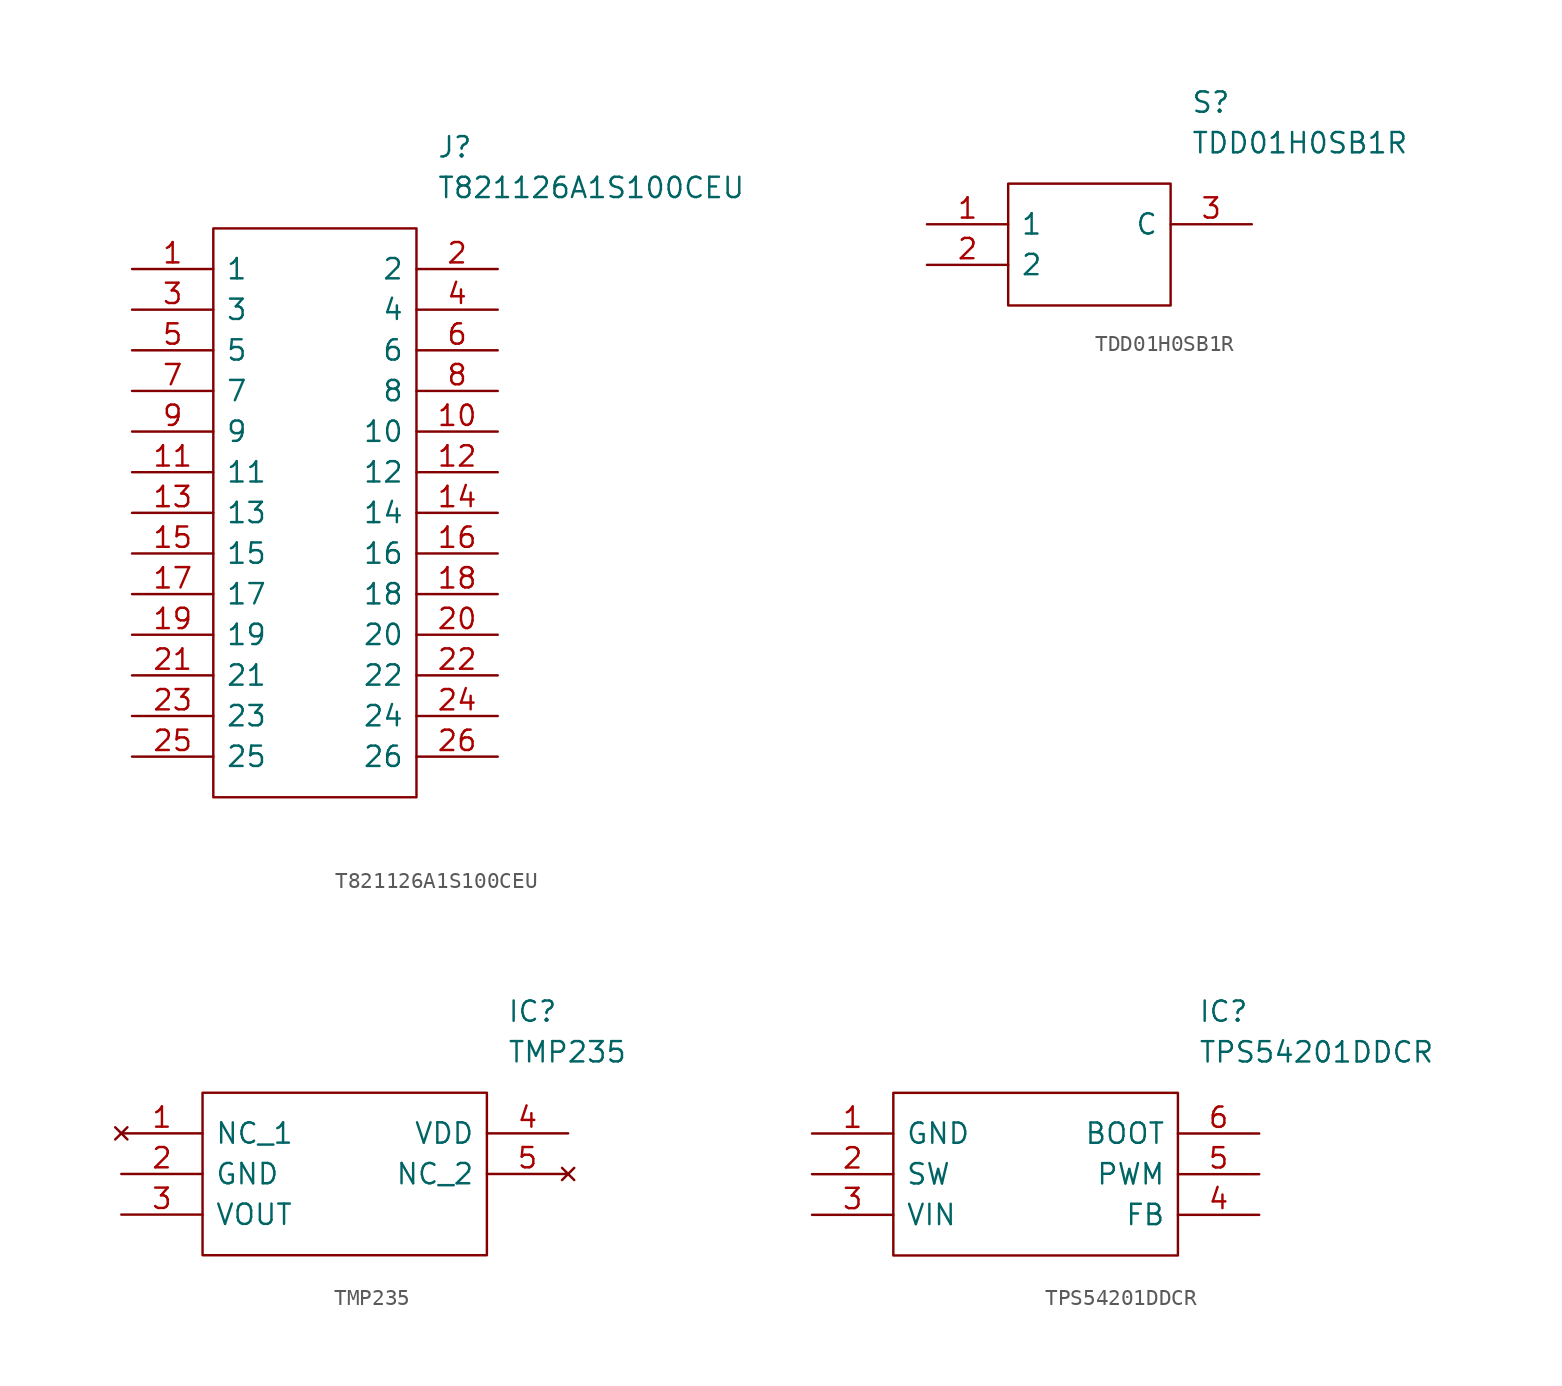
<source format=kicad_sym>
(kicad_symbol_lib
  (version 20220914)
  (generator kicad_symbol_editor)
  (symbol "T821126A1S100CEU"
    (pin_names
      (offset 0.762))
    (property "Reference" "J"
      (at 19.05 7.62 0)
      (effects (font (size 1.27 1.27)) (justify left)))
    (property "Value" "T821126A1S100CEU"
      (at 19.05 5.08 0)
      (effects (font (size 1.27 1.27)) (justify left)))
    (symbol "T821126A1S100CEU_0_0"
      (pin unspecified line (at 0 0 0) (length 5.08) (name "1" (effects (font (size 1.27 1.27)))) (number "1" (effects (font (size 1.27 1.27)))))
      (pin unspecified line (at 22.86 -10.16 180) (length 5.08) (name "10" (effects (font (size 1.27 1.27)))) (number "10" (effects (font (size 1.27 1.27)))))
      (pin unspecified line (at 0 -12.7 0) (length 5.08) (name "11" (effects (font (size 1.27 1.27)))) (number "11" (effects (font (size 1.27 1.27)))))
      (pin unspecified line (at 22.86 -12.7 180) (length 5.08) (name "12" (effects (font (size 1.27 1.27)))) (number "12" (effects (font (size 1.27 1.27)))))
      (pin unspecified line (at 0 -15.24 0) (length 5.08) (name "13" (effects (font (size 1.27 1.27)))) (number "13" (effects (font (size 1.27 1.27)))))
      (pin unspecified line (at 22.86 -15.24 180) (length 5.08) (name "14" (effects (font (size 1.27 1.27)))) (number "14" (effects (font (size 1.27 1.27)))))
      (pin unspecified line (at 0 -17.78 0) (length 5.08) (name "15" (effects (font (size 1.27 1.27)))) (number "15" (effects (font (size 1.27 1.27)))))
      (pin unspecified line (at 22.86 -17.78 180) (length 5.08) (name "16" (effects (font (size 1.27 1.27)))) (number "16" (effects (font (size 1.27 1.27)))))
      (pin unspecified line (at 0 -20.32 0) (length 5.08) (name "17" (effects (font (size 1.27 1.27)))) (number "17" (effects (font (size 1.27 1.27)))))
      (pin unspecified line (at 22.86 -20.32 180) (length 5.08) (name "18" (effects (font (size 1.27 1.27)))) (number "18" (effects (font (size 1.27 1.27)))))
      (pin unspecified line (at 0 -22.86 0) (length 5.08) (name "19" (effects (font (size 1.27 1.27)))) (number "19" (effects (font (size 1.27 1.27)))))
      (pin unspecified line (at 22.86 0 180) (length 5.08) (name "2" (effects (font (size 1.27 1.27)))) (number "2" (effects (font (size 1.27 1.27)))))
      (pin unspecified line (at 22.86 -22.86 180) (length 5.08) (name "20" (effects (font (size 1.27 1.27)))) (number "20" (effects (font (size 1.27 1.27)))))
      (pin unspecified line (at 0 -25.4 0) (length 5.08) (name "21" (effects (font (size 1.27 1.27)))) (number "21" (effects (font (size 1.27 1.27)))))
      (pin unspecified line (at 22.86 -25.4 180) (length 5.08) (name "22" (effects (font (size 1.27 1.27)))) (number "22" (effects (font (size 1.27 1.27)))))
      (pin unspecified line (at 0 -27.94 0) (length 5.08) (name "23" (effects (font (size 1.27 1.27)))) (number "23" (effects (font (size 1.27 1.27)))))
      (pin unspecified line (at 22.86 -27.94 180) (length 5.08) (name "24" (effects (font (size 1.27 1.27)))) (number "24" (effects (font (size 1.27 1.27)))))
      (pin unspecified line (at 0 -30.48 0) (length 5.08) (name "25" (effects (font (size 1.27 1.27)))) (number "25" (effects (font (size 1.27 1.27)))))
      (pin unspecified line (at 22.86 -30.48 180) (length 5.08) (name "26" (effects (font (size 1.27 1.27)))) (number "26" (effects (font (size 1.27 1.27)))))
      (pin unspecified line (at 0 -2.54 0) (length 5.08) (name "3" (effects (font (size 1.27 1.27)))) (number "3" (effects (font (size 1.27 1.27)))))
      (pin unspecified line (at 22.86 -2.54 180) (length 5.08) (name "4" (effects (font (size 1.27 1.27)))) (number "4" (effects (font (size 1.27 1.27)))))
      (pin unspecified line (at 0 -5.08 0) (length 5.08) (name "5" (effects (font (size 1.27 1.27)))) (number "5" (effects (font (size 1.27 1.27)))))
      (pin unspecified line (at 22.86 -5.08 180) (length 5.08) (name "6" (effects (font (size 1.27 1.27)))) (number "6" (effects (font (size 1.27 1.27)))))
      (pin unspecified line (at 0 -7.62 0) (length 5.08) (name "7" (effects (font (size 1.27 1.27)))) (number "7" (effects (font (size 1.27 1.27)))))
      (pin unspecified line (at 22.86 -7.62 180) (length 5.08) (name "8" (effects (font (size 1.27 1.27)))) (number "8" (effects (font (size 1.27 1.27)))))
      (pin unspecified line (at 0 -10.16 0) (length 5.08) (name "9" (effects (font (size 1.27 1.27)))) (number "9" (effects (font (size 1.27 1.27))))))
    (symbol "T821126A1S100CEU_0_1"
      (polyline (pts (xy 5.08 2.54) (xy 17.78 2.54) (xy 17.78 -33.02) (xy 5.08 -33.02) (xy 5.08 2.54)) (stroke (width 0.152) (type default)) (fill (type none)))))
  (symbol "TDD01H0SB1R"
    (pin_names
      (offset 0.762))
    (property "Reference" "S"
      (at 16.51 7.62 0)
      (effects (font (size 1.27 1.27)) (justify left)))
    (property "Value" "TDD01H0SB1R"
      (at 16.51 5.08 0)
      (effects (font (size 1.27 1.27)) (justify left)))
    (symbol "TDD01H0SB1R_0_0"
      (pin passive line (at 0 0 0) (length 5.08) (name "1" (effects (font (size 1.27 1.27)))) (number "1" (effects (font (size 1.27 1.27)))))
      (pin passive line (at 0 -2.54 0) (length 5.08) (name "2" (effects (font (size 1.27 1.27)))) (number "2" (effects (font (size 1.27 1.27)))))
      (pin passive line (at 20.32 0 180) (length 5.08) (name "C" (effects (font (size 1.27 1.27)))) (number "3" (effects (font (size 1.27 1.27))))))
    (symbol "TDD01H0SB1R_0_1"
      (polyline (pts (xy 5.08 2.54) (xy 15.24 2.54) (xy 15.24 -5.08) (xy 5.08 -5.08) (xy 5.08 2.54)) (stroke (width 0.152) (type default)) (fill (type none)))))
  (symbol "TMP235"
    (pin_names
      (offset 0.762))
    (property "Reference" "IC"
      (at 24.13 7.62 0)
      (effects (font (size 1.27 1.27)) (justify left)))
    (property "Value" "TMP235"
      (at 24.13 5.08 0)
      (effects (font (size 1.27 1.27)) (justify left)))
    (symbol "TMP235_0_0"
      (pin no_connect line (at 0 0 0) (length 5.08) (name "NC_1" (effects (font (size 1.27 1.27)))) (number "1" (effects (font (size 1.27 1.27)))))
      (pin bidirectional line (at 0 -2.54 0) (length 5.08) (name "GND" (effects (font (size 1.27 1.27)))) (number "2" (effects (font (size 1.27 1.27)))))
      (pin bidirectional line (at 0 -5.08 0) (length 5.08) (name "VOUT" (effects (font (size 1.27 1.27)))) (number "3" (effects (font (size 1.27 1.27)))))
      (pin bidirectional line (at 27.94 0 180) (length 5.08) (name "VDD" (effects (font (size 1.27 1.27)))) (number "4" (effects (font (size 1.27 1.27)))))
      (pin no_connect line (at 27.94 -2.54 180) (length 5.08) (name "NC_2" (effects (font (size 1.27 1.27)))) (number "5" (effects (font (size 1.27 1.27))))))
    (symbol "TMP235_0_1"
      (polyline (pts (xy 5.08 2.54) (xy 22.86 2.54) (xy 22.86 -7.62) (xy 5.08 -7.62) (xy 5.08 2.54)) (stroke (width 0.152) (type default)) (fill (type none)))))
  (symbol "TPS54201DDCR"
    (pin_names
      (offset 0.762))
    (property "Reference" "IC"
      (at 24.13 7.62 0)
      (effects (font (size 1.27 1.27)) (justify left)))
    (property "Value" "TPS54201DDCR"
      (at 24.13 5.08 0)
      (effects (font (size 1.27 1.27)) (justify left)))
    (symbol "TPS54201DDCR_0_0"
      (pin passive line (at 0 0 0) (length 5.08) (name "GND" (effects (font (size 1.27 1.27)))) (number "1" (effects (font (size 1.27 1.27)))))
      (pin passive line (at 0 -2.54 0) (length 5.08) (name "SW" (effects (font (size 1.27 1.27)))) (number "2" (effects (font (size 1.27 1.27)))))
      (pin passive line (at 0 -5.08 0) (length 5.08) (name "VIN" (effects (font (size 1.27 1.27)))) (number "3" (effects (font (size 1.27 1.27)))))
      (pin passive line (at 27.94 -5.08 180) (length 5.08) (name "FB" (effects (font (size 1.27 1.27)))) (number "4" (effects (font (size 1.27 1.27)))))
      (pin passive line (at 27.94 -2.54 180) (length 5.08) (name "PWM" (effects (font (size 1.27 1.27)))) (number "5" (effects (font (size 1.27 1.27)))))
      (pin passive line (at 27.94 0 180) (length 5.08) (name "BOOT" (effects (font (size 1.27 1.27)))) (number "6" (effects (font (size 1.27 1.27))))))
    (symbol "TPS54201DDCR_0_1"
      (polyline (pts (xy 5.08 2.54) (xy 22.86 2.54) (xy 22.86 -7.62) (xy 5.08 -7.62) (xy 5.08 2.54)) (stroke (width 0.152) (type default)) (fill (type none))))))
</source>
